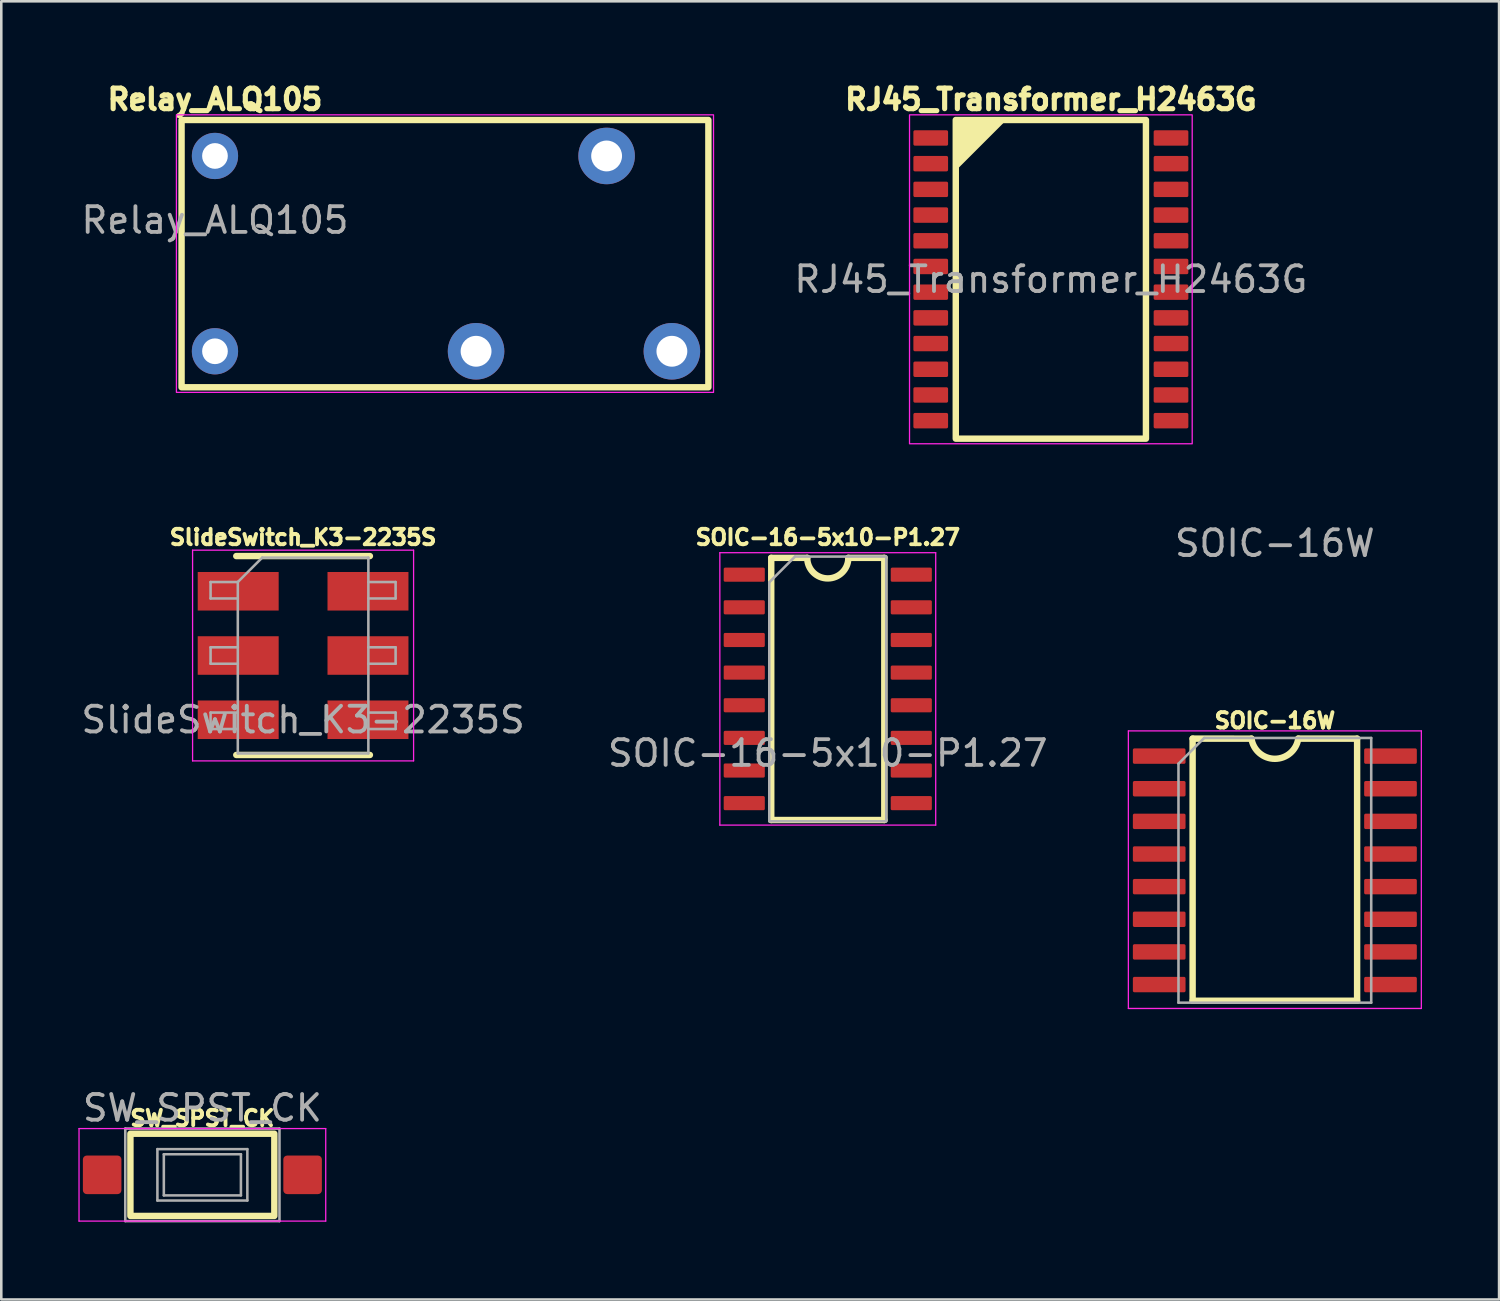
<source format=kicad_pcb>
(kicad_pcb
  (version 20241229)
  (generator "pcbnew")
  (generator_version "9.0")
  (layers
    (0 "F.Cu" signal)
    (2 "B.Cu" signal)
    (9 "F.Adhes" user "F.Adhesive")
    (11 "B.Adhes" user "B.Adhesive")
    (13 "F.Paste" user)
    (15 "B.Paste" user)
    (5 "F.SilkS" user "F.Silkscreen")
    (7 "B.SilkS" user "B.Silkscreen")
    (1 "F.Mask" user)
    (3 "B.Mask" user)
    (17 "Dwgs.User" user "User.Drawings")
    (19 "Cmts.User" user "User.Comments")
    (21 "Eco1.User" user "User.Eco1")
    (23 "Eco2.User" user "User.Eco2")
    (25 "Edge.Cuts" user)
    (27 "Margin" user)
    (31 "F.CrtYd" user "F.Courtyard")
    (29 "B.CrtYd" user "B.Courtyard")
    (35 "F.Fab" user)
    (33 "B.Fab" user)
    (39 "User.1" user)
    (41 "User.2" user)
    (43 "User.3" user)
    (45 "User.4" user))
  (footprint "Relay_ALQ105"
    (layer "F.Cu")
    (at 5.315 3.019)
    (property "Reference" "Relay_ALQ105" (at 0 -2.2 0) (unlocked yes) (layer "F.SilkS") (effects (font (size 0.8 0.8) (thickness 0.2) (bold yes))))
    (attr through_hole)
    (fp_rect (start -1.3 -1.4) (end 19.2 9) (stroke (width 0.25) (type default)) (fill no) (layer "F.SilkS"))
    (fp_rect (start -1.5 -1.6) (end 19.4 9.2) (stroke (width 0.05) (type default)) (fill no) (layer "F.CrtYd"))
    (fp_text user "${REFERENCE}" (at 0 2.5 0) (unlocked yes) (layer "F.Fab") (effects (font (size 1 1) (thickness 0.15))))
    (pad "11" thru_hole circle (at 10.16 7.6 180) (size 2.2 2.2) (drill 1.2) (layers "*.Cu" "*.Mask"))
    (pad "12" thru_hole circle (at 15.24 0 180) (size 2.2 2.2) (drill 1.2) (layers "*.Cu" "*.Mask"))
    (pad "14" thru_hole circle (at 17.78 7.6 180) (size 2.2 2.2) (drill 1.2) (layers "*.Cu" "*.Mask"))
    (pad "A1" thru_hole circle (at 0 0 180) (size 1.8 1.8) (drill 1) (layers "*.Cu" "*.Mask"))
    (pad "A2" thru_hole circle (at 0 7.6 180) (size 1.8 1.8) (drill 1) (layers "*.Cu" "*.Mask")))
  (footprint "SW_SPST_CK"
    (layer "F.Cu")
    (at 4.825 42.666)
    (property "Reference" "SW_SPST_CK" (at 0 -2.2 0) (layer "F.SilkS") (effects (font (size 0.6 0.6) (thickness 0.15))))
    (attr smd)
    (fp_rect (start -2.8 -1.6) (end 2.8 1.6) (stroke (width 0.25) (type default)) (fill no) (layer "F.SilkS"))
    (fp_line (start -4.8 -1.8) (end 4.8 -1.8) (stroke (width 0.05) (type solid)) (layer "F.CrtYd"))
    (fp_line (start -4.8 1.8) (end -4.8 -1.8) (stroke (width 0.05) (type solid)) (layer "F.CrtYd"))
    (fp_line (start 4.8 -1.8) (end 4.8 1.8) (stroke (width 0.05) (type solid)) (layer "F.CrtYd"))
    (fp_line (start 4.8 1.8) (end -4.8 1.8) (stroke (width 0.05) (type solid)) (layer "F.CrtYd"))
    (fp_line (start -3 -1.8) (end -3 1.8) (stroke (width 0.1) (type solid)) (layer "F.Fab"))
    (fp_line (start -3 -1.8) (end 3 -1.8) (stroke (width 0.1) (type solid)) (layer "F.Fab"))
    (fp_line (start -3 1.8) (end 3 1.8) (stroke (width 0.1) (type solid)) (layer "F.Fab"))
    (fp_line (start -1.75 -1) (end 1.75 -1) (stroke (width 0.1) (type solid)) (layer "F.Fab"))
    (fp_line (start -1.75 1) (end -1.75 -1) (stroke (width 0.1) (type solid)) (layer "F.Fab"))
    (fp_line (start -1.5 -0.8) (end -1.5 0.8) (stroke (width 0.1) (type solid)) (layer "F.Fab"))
    (fp_line (start -1.5 -0.8) (end 1.5 -0.8) (stroke (width 0.1) (type solid)) (layer "F.Fab"))
    (fp_line (start -1.5 0.8) (end 1.5 0.8) (stroke (width 0.1) (type solid)) (layer "F.Fab"))
    (fp_line (start 1.5 -0.8) (end 1.5 0.8) (stroke (width 0.1) (type solid)) (layer "F.Fab"))
    (fp_line (start 1.75 -1) (end 1.75 1) (stroke (width 0.1) (type solid)) (layer "F.Fab"))
    (fp_line (start 1.75 1) (end -1.75 1) (stroke (width 0.1) (type solid)) (layer "F.Fab"))
    (fp_line (start 3 -1.8) (end 3 1.8) (stroke (width 0.1) (type solid)) (layer "F.Fab"))
    (fp_text user "${REFERENCE}" (at 0 -2.6 0) (layer "F.Fab") (effects (font (size 1 1) (thickness 0.15))))
    (pad "1" smd roundrect (at -3.9 0) (size 1.5 1.5) (layers "F.Cu" "F.Mask" "F.Paste") (roundrect_rratio 0.1))
    (pad "2" smd roundrect (at 3.9 0) (size 1.5 1.5) (layers "F.Cu" "F.Mask" "F.Paste") (roundrect_rratio 0.1)))
  (footprint "RJ45_Transformer_H2463G"
    (layer "F.Cu")
    (at 37.842 7.819)
    (property "Reference" "RJ45_Transformer_H2463G" (at 0 -7 0) (unlocked yes) (layer "F.SilkS") (effects (font (size 0.8 0.8) (thickness 0.2) (bold yes))))
    (attr smd)
    (fp_rect (start -3.7 -6.2) (end 3.7 6.2) (stroke (width 0.25) (type default)) (fill no) (layer "F.SilkS"))
    (fp_poly (pts (xy -1.8 -6.2) (xy -3.7 -6.2) (xy -3.7 -4.3)) (stroke (width 0.1) (type solid)) (fill yes) (layer "F.SilkS"))
    (fp_rect (start -5.5 -6.4) (end 5.5 6.4) (stroke (width 0.05) (type default)) (fill no) (layer "F.CrtYd"))
    (fp_text user "${REFERENCE}" (at 0 0 0) (unlocked yes) (layer "F.Fab") (effects (font (size 1 1) (thickness 0.15))))
    (pad "1" smd roundrect (at -4.675 -5.5) (size 1.35 0.6) (layers "F.Cu" "F.Mask" "F.Paste") (roundrect_rratio 0.1))
    (pad "2" smd roundrect (at -4.675 -4.5) (size 1.35 0.6) (layers "F.Cu" "F.Mask" "F.Paste") (roundrect_rratio 0.1))
    (pad "3" smd roundrect (at -4.675 -3.5) (size 1.35 0.6) (layers "F.Cu" "F.Mask" "F.Paste") (roundrect_rratio 0.1))
    (pad "4" smd roundrect (at -4.675 -2.5) (size 1.35 0.6) (layers "F.Cu" "F.Mask" "F.Paste") (roundrect_rratio 0.1))
    (pad "5" smd roundrect (at -4.675 -1.5) (size 1.35 0.6) (layers "F.Cu" "F.Mask" "F.Paste") (roundrect_rratio 0.1))
    (pad "6" smd roundrect (at -4.675 -0.5) (size 1.35 0.6) (layers "F.Cu" "F.Mask" "F.Paste") (roundrect_rratio 0.1))
    (pad "7" smd roundrect (at -4.675 0.5) (size 1.35 0.6) (layers "F.Cu" "F.Mask" "F.Paste") (roundrect_rratio 0.1))
    (pad "8" smd roundrect (at -4.675 1.5) (size 1.35 0.6) (layers "F.Cu" "F.Mask" "F.Paste") (roundrect_rratio 0.1))
    (pad "9" smd roundrect (at -4.675 2.5) (size 1.35 0.6) (layers "F.Cu" "F.Mask" "F.Paste") (roundrect_rratio 0.1))
    (pad "10" smd roundrect (at -4.675 3.5) (size 1.35 0.6) (layers "F.Cu" "F.Mask" "F.Paste") (roundrect_rratio 0.1))
    (pad "11" smd roundrect (at -4.675 4.5) (size 1.35 0.6) (layers "F.Cu" "F.Mask" "F.Paste") (roundrect_rratio 0.1))
    (pad "12" smd roundrect (at -4.675 5.5) (size 1.35 0.6) (layers "F.Cu" "F.Mask" "F.Paste") (roundrect_rratio 0.1))
    (pad "13" smd roundrect (at 4.675 5.5) (size 1.35 0.6) (layers "F.Cu" "F.Mask" "F.Paste") (roundrect_rratio 0.1))
    (pad "14" smd roundrect (at 4.675 4.5) (size 1.35 0.6) (layers "F.Cu" "F.Mask" "F.Paste") (roundrect_rratio 0.1))
    (pad "15" smd roundrect (at 4.675 3.5) (size 1.35 0.6) (layers "F.Cu" "F.Mask" "F.Paste") (roundrect_rratio 0.1))
    (pad "16" smd roundrect (at 4.675 2.5) (size 1.35 0.6) (layers "F.Cu" "F.Mask" "F.Paste") (roundrect_rratio 0.1))
    (pad "17" smd roundrect (at 4.675 1.5) (size 1.35 0.6) (layers "F.Cu" "F.Mask" "F.Paste") (roundrect_rratio 0.1))
    (pad "18" smd roundrect (at 4.675 0.5) (size 1.35 0.6) (layers "F.Cu" "F.Mask" "F.Paste") (roundrect_rratio 0.1))
    (pad "19" smd roundrect (at 4.675 -0.5) (size 1.35 0.6) (layers "F.Cu" "F.Mask" "F.Paste") (roundrect_rratio 0.1))
    (pad "20" smd roundrect (at 4.675 -1.5) (size 1.35 0.6) (layers "F.Cu" "F.Mask" "F.Paste") (roundrect_rratio 0.1))
    (pad "21" smd roundrect (at 4.675 -2.5) (size 1.35 0.6) (layers "F.Cu" "F.Mask" "F.Paste") (roundrect_rratio 0.1))
    (pad "22" smd roundrect (at 4.675 -3.5) (size 1.35 0.6) (layers "F.Cu" "F.Mask" "F.Paste") (roundrect_rratio 0.1))
    (pad "23" smd roundrect (at 4.675 -4.5) (size 1.35 0.6) (layers "F.Cu" "F.Mask" "F.Paste") (roundrect_rratio 0.1))
    (pad "24" smd roundrect (at 4.675 -5.5) (size 1.35 0.6) (layers "F.Cu" "F.Mask" "F.Paste") (roundrect_rratio 0.1)))
  (footprint "SlideSwitch_K3-2235S"
    (layer "F.Cu")
    (at 8.744 22.458)
    (property "Reference" "SlideSwitch_K3-2235S" (at 0 -4.6 0) (unlocked yes) (layer "F.SilkS") (effects (font (size 0.6 0.6) (thickness 0.15) (bold yes))))
    (attr smd)
    (fp_line (start -2.6 -3.87) (end 2.6 -3.87) (stroke (width 0.25) (type solid)) (layer "F.SilkS"))
    (fp_line (start -2.6 3.87) (end 2.6 3.87) (stroke (width 0.25) (type solid)) (layer "F.SilkS"))
    (fp_line (start -4.3 -4.1) (end -4.3 4.1) (stroke (width 0.05) (type solid)) (layer "F.CrtYd"))
    (fp_line (start -4.3 4.1) (end 4.3 4.1) (stroke (width 0.05) (type solid)) (layer "F.CrtYd"))
    (fp_line (start 4.3 -4.1) (end -4.3 -4.1) (stroke (width 0.05) (type solid)) (layer "F.CrtYd"))
    (fp_line (start 4.3 4.1) (end 4.3 -4.1) (stroke (width 0.05) (type solid)) (layer "F.CrtYd"))
    (fp_line (start -3.6 -2.86) (end -3.6 -2.22) (stroke (width 0.1) (type solid)) (layer "F.Fab"))
    (fp_line (start -3.6 -2.22) (end -2.54 -2.22) (stroke (width 0.1) (type solid)) (layer "F.Fab"))
    (fp_line (start -3.6 -0.32) (end -3.6 0.32) (stroke (width 0.1) (type solid)) (layer "F.Fab"))
    (fp_line (start -3.6 0.32) (end -2.54 0.32) (stroke (width 0.1) (type solid)) (layer "F.Fab"))
    (fp_line (start -3.6 2.22) (end -3.6 2.86) (stroke (width 0.1) (type solid)) (layer "F.Fab"))
    (fp_line (start -3.6 2.86) (end -2.54 2.86) (stroke (width 0.1) (type solid)) (layer "F.Fab"))
    (fp_line (start -2.54 -2.86) (end -3.6 -2.86) (stroke (width 0.1) (type solid)) (layer "F.Fab"))
    (fp_line (start -2.54 -2.86) (end -1.59 -3.81) (stroke (width 0.1) (type solid)) (layer "F.Fab"))
    (fp_line (start -2.54 -0.32) (end -3.6 -0.32) (stroke (width 0.1) (type solid)) (layer "F.Fab"))
    (fp_line (start -2.54 2.22) (end -3.6 2.22) (stroke (width 0.1) (type solid)) (layer "F.Fab"))
    (fp_line (start -2.54 3.81) (end -2.54 -2.86) (stroke (width 0.1) (type solid)) (layer "F.Fab"))
    (fp_line (start -1.59 -3.81) (end 2.54 -3.81) (stroke (width 0.1) (type solid)) (layer "F.Fab"))
    (fp_line (start 2.54 -3.81) (end 2.54 3.81) (stroke (width 0.1) (type solid)) (layer "F.Fab"))
    (fp_line (start 2.54 -2.86) (end 3.6 -2.86) (stroke (width 0.1) (type solid)) (layer "F.Fab"))
    (fp_line (start 2.54 -0.32) (end 3.6 -0.32) (stroke (width 0.1) (type solid)) (layer "F.Fab"))
    (fp_line (start 2.54 2.22) (end 3.6 2.22) (stroke (width 0.1) (type solid)) (layer "F.Fab"))
    (fp_line (start 2.54 3.81) (end -2.54 3.81) (stroke (width 0.1) (type solid)) (layer "F.Fab"))
    (fp_line (start 3.6 -2.86) (end 3.6 -2.22) (stroke (width 0.1) (type solid)) (layer "F.Fab"))
    (fp_line (start 3.6 -2.22) (end 2.54 -2.22) (stroke (width 0.1) (type solid)) (layer "F.Fab"))
    (fp_line (start 3.6 -0.32) (end 3.6 0.32) (stroke (width 0.1) (type solid)) (layer "F.Fab"))
    (fp_line (start 3.6 0.32) (end 2.54 0.32) (stroke (width 0.1) (type solid)) (layer "F.Fab"))
    (fp_line (start 3.6 2.22) (end 3.6 2.86) (stroke (width 0.1) (type solid)) (layer "F.Fab"))
    (fp_line (start 3.6 2.86) (end 2.54 2.86) (stroke (width 0.1) (type solid)) (layer "F.Fab"))
    (fp_text user "${REFERENCE}" (at 0 2.5 0) (unlocked yes) (layer "F.Fab") (effects (font (size 1 1) (thickness 0.15))))
    (pad "1" smd rect (at -2.525 -2.5) (size 3.15 1.5) (layers "F.Cu" "F.Mask" "F.Paste"))
    (pad "2" smd rect (at -2.525 0) (size 3.15 1.5) (layers "F.Cu" "F.Mask" "F.Paste"))
    (pad "3" smd rect (at -2.525 2.5) (size 3.15 1.5) (layers "F.Cu" "F.Mask" "F.Paste"))
    (pad "4" smd rect (at 2.525 -2.5) (size 3.15 1.5) (layers "F.Cu" "F.Mask" "F.Paste"))
    (pad "5" smd rect (at 2.525 0) (size 3.15 1.5) (layers "F.Cu" "F.Mask" "F.Paste"))
    (pad "6" smd rect (at 2.525 2.5) (size 3.15 1.5) (layers "F.Cu" "F.Mask" "F.Paste")))
  (footprint "SOIC-16W"
    (layer "F.Cu")
    (at 46.558 30.792)
    (property "Reference" "SOIC-16W" (at 0.000294 -5.8 0) (unlocked yes) (layer "F.SilkS") (effects (font (size 0.6 0.6) (thickness 0.15) (bold yes))))
    (attr smd)
    (fp_line (start -3.2 -5.1) (end -3.2 5.1) (stroke (width 0.25) (type default)) (layer "F.SilkS"))
    (fp_line (start -0.91 -5.099) (end -3.2 -5.1) (stroke (width 0.25) (type default)) (layer "F.SilkS"))
    (fp_line (start 3.201 -5.099) (end 0.911 -5.1) (stroke (width 0.25) (type default)) (layer "F.SilkS"))
    (fp_line (start 3.201 -5.099) (end 3.201 5.101) (stroke (width 0.25) (type default)) (layer "F.SilkS"))
    (fp_line (start 3.201 5.101) (end -3.2 5.1) (stroke (width 0.25) (type default)) (layer "F.SilkS"))
    (fp_arc (start 0.910589 -5.1) (mid 0.001036 -4.314749) (end -0.909782 -5.098533) (stroke (width 0.25) (type solid)) (layer "F.SilkS"))
    (fp_line (start -5.7 -5.4) (end -5.7 5.4) (stroke (width 0.05) (type solid)) (layer "F.CrtYd"))
    (fp_line (start -5.7 5.4) (end 5.7 5.4) (stroke (width 0.05) (type solid)) (layer "F.CrtYd"))
    (fp_line (start 5.7 -5.4) (end -5.7 -5.4) (stroke (width 0.05) (type solid)) (layer "F.CrtYd"))
    (fp_line (start 5.7 5.4) (end 5.7 -5.4) (stroke (width 0.05) (type solid)) (layer "F.CrtYd"))
    (fp_line (start -3.75 -4.125) (end -2.75 -5.125) (stroke (width 0.1) (type solid)) (layer "F.Fab"))
    (fp_line (start -3.75 5.175) (end -3.75 -4.125) (stroke (width 0.1) (type solid)) (layer "F.Fab"))
    (fp_line (start -2.75 -5.125) (end 3.75 -5.125) (stroke (width 0.1) (type solid)) (layer "F.Fab"))
    (fp_line (start 3.75 -5.125) (end 3.75 5.175) (stroke (width 0.1) (type solid)) (layer "F.Fab"))
    (fp_line (start 3.75 5.175) (end -3.75 5.175) (stroke (width 0.1) (type solid)) (layer "F.Fab"))
    (fp_text user "${REFERENCE}" (at 0 -12.7 0) (unlocked yes) (layer "F.Fab") (effects (font (size 1 1) (thickness 0.15))))
    (pad "1" smd roundrect (at -4.5 -4.42) (size 2.05 0.6) (layers "F.Cu" "F.Mask" "F.Paste") (roundrect_rratio 0.1))
    (pad "2" smd roundrect (at -4.5 -3.15) (size 2.05 0.6) (layers "F.Cu" "F.Mask" "F.Paste") (roundrect_rratio 0.1))
    (pad "3" smd roundrect (at -4.5 -1.88) (size 2.05 0.6) (layers "F.Cu" "F.Mask" "F.Paste") (roundrect_rratio 0.1))
    (pad "4" smd roundrect (at -4.5 -0.61) (size 2.05 0.6) (layers "F.Cu" "F.Mask" "F.Paste") (roundrect_rratio 0.1))
    (pad "5" smd roundrect (at -4.5 0.66) (size 2.05 0.6) (layers "F.Cu" "F.Mask" "F.Paste") (roundrect_rratio 0.1))
    (pad "6" smd roundrect (at -4.5 1.93) (size 2.05 0.6) (layers "F.Cu" "F.Mask" "F.Paste") (roundrect_rratio 0.1))
    (pad "7" smd roundrect (at -4.5 3.2) (size 2.05 0.6) (layers "F.Cu" "F.Mask" "F.Paste") (roundrect_rratio 0.1))
    (pad "8" smd roundrect (at -4.5 4.47) (size 2.05 0.6) (layers "F.Cu" "F.Mask" "F.Paste") (roundrect_rratio 0.1))
    (pad "9" smd roundrect (at 4.5 4.47) (size 2.05 0.6) (layers "F.Cu" "F.Mask" "F.Paste") (roundrect_rratio 0.1))
    (pad "10" smd roundrect (at 4.5 3.2) (size 2.05 0.6) (layers "F.Cu" "F.Mask" "F.Paste") (roundrect_rratio 0.1))
    (pad "11" smd roundrect (at 4.5 1.93) (size 2.05 0.6) (layers "F.Cu" "F.Mask" "F.Paste") (roundrect_rratio 0.1))
    (pad "12" smd roundrect (at 4.5 0.66) (size 2.05 0.6) (layers "F.Cu" "F.Mask" "F.Paste") (roundrect_rratio 0.1))
    (pad "13" smd roundrect (at 4.5 -0.61) (size 2.05 0.6) (layers "F.Cu" "F.Mask" "F.Paste") (roundrect_rratio 0.1))
    (pad "14" smd roundrect (at 4.5 -1.88) (size 2.05 0.6) (layers "F.Cu" "F.Mask" "F.Paste") (roundrect_rratio 0.1))
    (pad "15" smd roundrect (at 4.5 -3.15) (size 2.05 0.6) (layers "F.Cu" "F.Mask" "F.Paste") (roundrect_rratio 0.1))
    (pad "16" smd roundrect (at 4.5 -4.42) (size 2.05 0.6) (layers "F.Cu" "F.Mask" "F.Paste") (roundrect_rratio 0.1)))
  (footprint "SOIC-16-5x10-P1.27"
    (layer "F.Cu")
    (at 29.161 23.758)
    (property "Reference" "SOIC-16-5x10-P1.27" (at 0 -5.9 0) (unlocked yes) (layer "F.SilkS") (effects (font (size 0.6 0.6) (thickness 0.15) (bold yes))))
    (attr smd)
    (fp_line (start -2.2 5.1) (end -2.2 -5.1) (stroke (width 0.25) (type default)) (layer "F.SilkS"))
    (fp_line (start -0.8 -5.1) (end -2.2 -5.1) (stroke (width 0.25) (type default)) (layer "F.SilkS"))
    (fp_line (start 0.8 -5.1) (end 2.2 -5.1) (stroke (width 0.25) (type default)) (layer "F.SilkS"))
    (fp_line (start 2.2 -5.1) (end 2.2 5.1) (stroke (width 0.25) (type default)) (layer "F.SilkS"))
    (fp_line (start 2.2 5.1) (end -2.2 5.1) (stroke (width 0.25) (type default)) (layer "F.SilkS"))
    (fp_arc (start 0.8 -5.1) (mid 0 -4.3) (end -0.8 -5.1) (stroke (width 0.25) (type default)) (layer "F.SilkS"))
    (fp_line (start -4.2 -5.3) (end -4.2 5.3) (stroke (width 0.05) (type solid)) (layer "F.CrtYd"))
    (fp_line (start -4.2 5.3) (end 4.2 5.3) (stroke (width 0.05) (type solid)) (layer "F.CrtYd"))
    (fp_line (start 4.2 -5.3) (end -4.2 -5.3) (stroke (width 0.05) (type solid)) (layer "F.CrtYd"))
    (fp_line (start 4.2 5.3) (end 4.2 -5.3) (stroke (width 0.05) (type solid)) (layer "F.CrtYd"))
    (fp_line (start -2.275 -4.15) (end -1.275 -5.15) (stroke (width 0.1) (type solid)) (layer "F.Fab"))
    (fp_line (start -2.275 5.15) (end -2.275 -4.15) (stroke (width 0.1) (type solid)) (layer "F.Fab"))
    (fp_line (start -1.275 -5.15) (end 2.275 -5.15) (stroke (width 0.1) (type solid)) (layer "F.Fab"))
    (fp_line (start 2.275 -5.15) (end 2.275 5.15) (stroke (width 0.1) (type solid)) (layer "F.Fab"))
    (fp_line (start 2.275 5.15) (end -2.275 5.15) (stroke (width 0.1) (type solid)) (layer "F.Fab"))
    (fp_text user "${REFERENCE}" (at 0 2.5 0) (unlocked yes) (layer "F.Fab") (effects (font (size 1 1) (thickness 0.15))))
    (pad "1" smd roundrect (at -3.25 -4.445) (size 1.6 0.55) (layers "F.Cu" "F.Mask" "F.Paste") (roundrect_rratio 0.1))
    (pad "2" smd roundrect (at -3.25 -3.175) (size 1.6 0.55) (layers "F.Cu" "F.Mask" "F.Paste") (roundrect_rratio 0.1))
    (pad "3" smd roundrect (at -3.25 -1.905) (size 1.6 0.55) (layers "F.Cu" "F.Mask" "F.Paste") (roundrect_rratio 0.1))
    (pad "4" smd roundrect (at -3.25 -0.635) (size 1.6 0.55) (layers "F.Cu" "F.Mask" "F.Paste") (roundrect_rratio 0.1))
    (pad "5" smd roundrect (at -3.25 0.635) (size 1.6 0.55) (layers "F.Cu" "F.Mask" "F.Paste") (roundrect_rratio 0.1))
    (pad "6" smd roundrect (at -3.25 1.905) (size 1.6 0.55) (layers "F.Cu" "F.Mask" "F.Paste") (roundrect_rratio 0.1))
    (pad "7" smd roundrect (at -3.25 3.175) (size 1.6 0.55) (layers "F.Cu" "F.Mask" "F.Paste") (roundrect_rratio 0.1))
    (pad "8" smd roundrect (at -3.25 4.445) (size 1.6 0.55) (layers "F.Cu" "F.Mask" "F.Paste") (roundrect_rratio 0.1))
    (pad "9" smd roundrect (at 3.25 4.445) (size 1.6 0.55) (layers "F.Cu" "F.Mask" "F.Paste") (roundrect_rratio 0.1))
    (pad "10" smd roundrect (at 3.25 3.175) (size 1.6 0.55) (layers "F.Cu" "F.Mask" "F.Paste") (roundrect_rratio 0.1))
    (pad "11" smd roundrect (at 3.25 1.905) (size 1.6 0.55) (layers "F.Cu" "F.Mask" "F.Paste") (roundrect_rratio 0.1))
    (pad "12" smd roundrect (at 3.25 0.635) (size 1.6 0.55) (layers "F.Cu" "F.Mask" "F.Paste") (roundrect_rratio 0.1))
    (pad "13" smd roundrect (at 3.25 -0.635) (size 1.6 0.55) (layers "F.Cu" "F.Mask" "F.Paste") (roundrect_rratio 0.1))
    (pad "14" smd roundrect (at 3.25 -1.905) (size 1.6 0.55) (layers "F.Cu" "F.Mask" "F.Paste") (roundrect_rratio 0.1))
    (pad "15" smd roundrect (at 3.25 -3.175) (size 1.6 0.55) (layers "F.Cu" "F.Mask" "F.Paste") (roundrect_rratio 0.1))
    (pad "16" smd roundrect (at 3.25 -4.445) (size 1.6 0.55) (layers "F.Cu" "F.Mask" "F.Paste") (roundrect_rratio 0.1)))
  (gr_rect
    (start -3 -3)
    (end 55.283 47.516)
    (stroke (width 0.1) (type default))
    (fill no)
    (layer "Edge.Cuts")))
</source>
